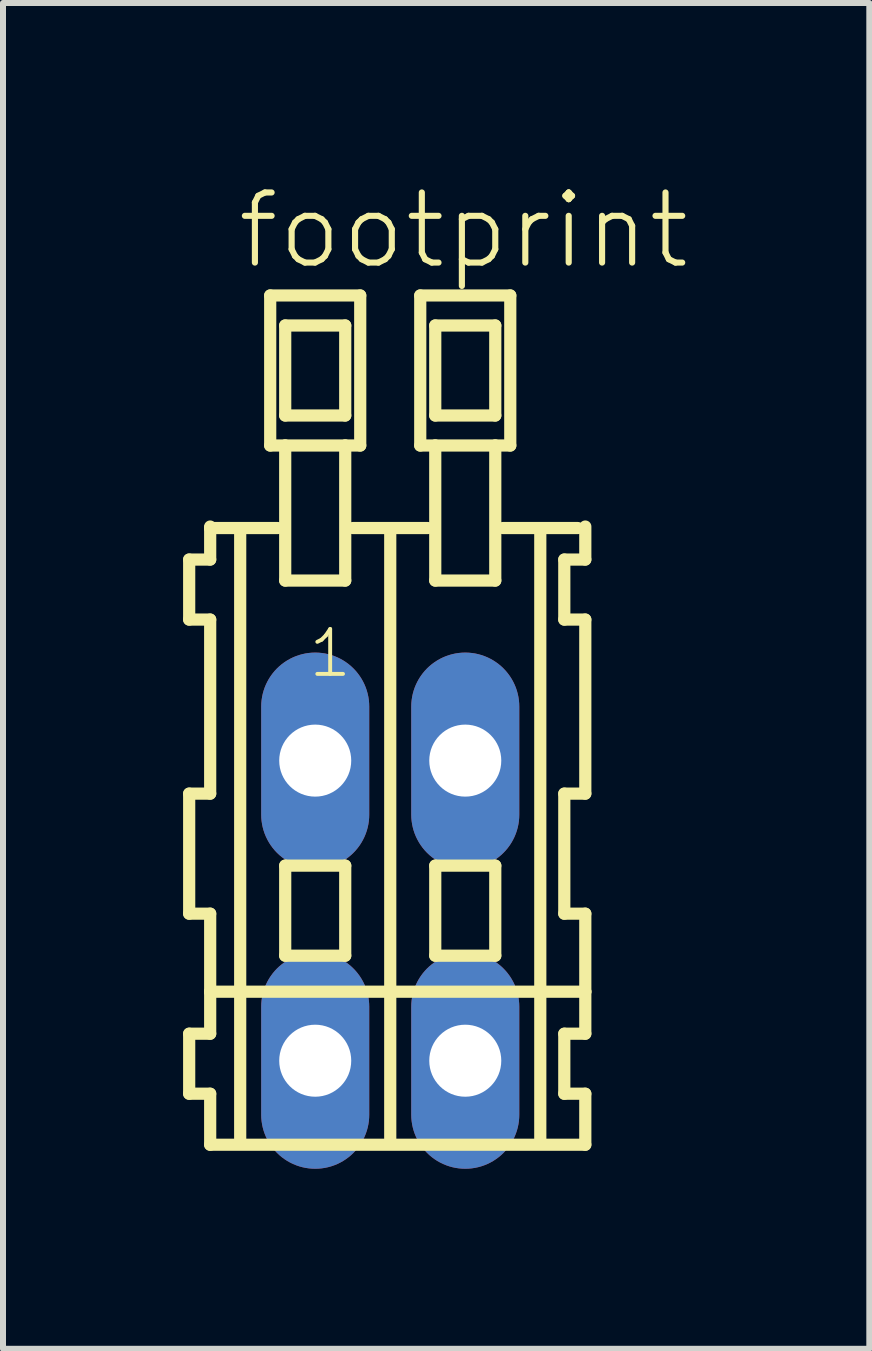
<source format=kicad_pcb>
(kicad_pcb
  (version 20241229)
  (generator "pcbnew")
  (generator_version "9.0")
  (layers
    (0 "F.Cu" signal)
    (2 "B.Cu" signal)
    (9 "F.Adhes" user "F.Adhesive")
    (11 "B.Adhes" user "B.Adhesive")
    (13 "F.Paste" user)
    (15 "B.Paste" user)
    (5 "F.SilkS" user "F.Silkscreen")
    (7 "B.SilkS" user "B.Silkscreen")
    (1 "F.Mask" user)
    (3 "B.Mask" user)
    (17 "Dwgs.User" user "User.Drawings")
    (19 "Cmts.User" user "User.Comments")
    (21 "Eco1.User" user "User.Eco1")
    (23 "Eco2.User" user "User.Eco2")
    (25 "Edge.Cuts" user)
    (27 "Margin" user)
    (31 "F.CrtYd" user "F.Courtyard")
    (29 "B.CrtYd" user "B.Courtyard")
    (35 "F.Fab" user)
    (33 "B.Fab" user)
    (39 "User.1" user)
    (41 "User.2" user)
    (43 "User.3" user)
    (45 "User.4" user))
  (footprint "footprint"
    (layer "F.Cu")
    (at 3.452 12.123)
    (property "Reference" "footprint" (at -2.6 -10.65 0) (layer "F.SilkS") (effects (font (size 1.168 1.168) (thickness 0.102)) (justify left bottom)))
    (fp_line (start -3.35 -5.85) (end -3.35 -4.85) (stroke (width 0.203) (type solid)) (layer "F.SilkS"))
    (fp_line (start -3.35 -4.85) (end -3 -4.85) (stroke (width 0.203) (type solid)) (layer "F.SilkS"))
    (fp_line (start -3.35 -1.95) (end -3.35 0.05) (stroke (width 0.203) (type solid)) (layer "F.SilkS"))
    (fp_line (start -3.35 0.05) (end -3 0.05) (stroke (width 0.203) (type solid)) (layer "F.SilkS"))
    (fp_line (start -3.35 2.05) (end -3.35 3.05) (stroke (width 0.203) (type solid)) (layer "F.SilkS"))
    (fp_line (start -3.35 3.05) (end -3 3.05) (stroke (width 0.203) (type solid)) (layer "F.SilkS"))
    (fp_line (start -3 -6.4) (end -3 -6.375) (stroke (width 0.203) (type solid)) (layer "F.SilkS"))
    (fp_line (start -3 -6.375) (end -3 -5.85) (stroke (width 0.203) (type solid)) (layer "F.SilkS"))
    (fp_line (start -3 -6.375) (end -1.875 -6.375) (stroke (width 0.203) (type solid)) (layer "F.SilkS"))
    (fp_line (start -3 -5.85) (end -3.35 -5.85) (stroke (width 0.203) (type solid)) (layer "F.SilkS"))
    (fp_line (start -3 -4.85) (end -3 -1.95) (stroke (width 0.203) (type solid)) (layer "F.SilkS"))
    (fp_line (start -3 -1.95) (end -3.35 -1.95) (stroke (width 0.203) (type solid)) (layer "F.SilkS"))
    (fp_line (start -3 0.05) (end -3 1.35) (stroke (width 0.203) (type solid)) (layer "F.SilkS"))
    (fp_line (start -3 1.35) (end -3 2.05) (stroke (width 0.203) (type solid)) (layer "F.SilkS"))
    (fp_line (start -3 1.35) (end 3.25 1.35) (stroke (width 0.203) (type solid)) (layer "F.SilkS"))
    (fp_line (start -3 2.05) (end -3.35 2.05) (stroke (width 0.203) (type solid)) (layer "F.SilkS"))
    (fp_line (start -3 3.05) (end -3 3.9) (stroke (width 0.203) (type solid)) (layer "F.SilkS"))
    (fp_line (start -3 3.9) (end 3.25 3.9) (stroke (width 0.203) (type solid)) (layer "F.SilkS"))
    (fp_line (start -2.5 -6.35) (end -2.5 3.8) (stroke (width 0.203) (type solid)) (layer "F.SilkS"))
    (fp_line (start -2 -10.25) (end -2 -7.75) (stroke (width 0.203) (type solid)) (layer "F.SilkS"))
    (fp_line (start -2 -7.75) (end -1.75 -7.75) (stroke (width 0.203) (type solid)) (layer "F.SilkS"))
    (fp_line (start -1.75 -9.75) (end -1.75 -8.25) (stroke (width 0.203) (type solid)) (layer "F.SilkS"))
    (fp_line (start -1.75 -8.25) (end -0.75 -8.25) (stroke (width 0.203) (type solid)) (layer "F.SilkS"))
    (fp_line (start -1.75 -7.75) (end -1.75 -5.5) (stroke (width 0.203) (type solid)) (layer "F.SilkS"))
    (fp_line (start -1.75 -7.75) (end -0.75 -7.75) (stroke (width 0.203) (type solid)) (layer "F.SilkS"))
    (fp_line (start -1.75 -5.5) (end -0.75 -5.5) (stroke (width 0.203) (type solid)) (layer "F.SilkS"))
    (fp_line (start -1.75 -0.75) (end -1.75 0.75) (stroke (width 0.203) (type solid)) (layer "F.SilkS"))
    (fp_line (start -1.75 0.75) (end -0.75 0.75) (stroke (width 0.203) (type solid)) (layer "F.SilkS"))
    (fp_line (start -0.75 -9.75) (end -1.75 -9.75) (stroke (width 0.203) (type solid)) (layer "F.SilkS"))
    (fp_line (start -0.75 -8.25) (end -0.75 -9.75) (stroke (width 0.203) (type solid)) (layer "F.SilkS"))
    (fp_line (start -0.75 -7.75) (end -0.5 -7.75) (stroke (width 0.203) (type solid)) (layer "F.SilkS"))
    (fp_line (start -0.75 -5.5) (end -0.75 -7.75) (stroke (width 0.203) (type solid)) (layer "F.SilkS"))
    (fp_line (start -0.75 -0.75) (end -1.75 -0.75) (stroke (width 0.203) (type solid)) (layer "F.SilkS"))
    (fp_line (start -0.75 0.75) (end -0.75 -0.75) (stroke (width 0.203) (type solid)) (layer "F.SilkS"))
    (fp_line (start -0.625 -6.375) (end 0.625 -6.375) (stroke (width 0.203) (type solid)) (layer "F.SilkS"))
    (fp_line (start -0.5 -10.25) (end -2 -10.25) (stroke (width 0.203) (type solid)) (layer "F.SilkS"))
    (fp_line (start -0.5 -7.75) (end -0.5 -10.25) (stroke (width 0.203) (type solid)) (layer "F.SilkS"))
    (fp_line (start 0 -6.35) (end 0 3.8) (stroke (width 0.203) (type solid)) (layer "F.SilkS"))
    (fp_line (start 0.5 -10.25) (end 0.5 -7.75) (stroke (width 0.203) (type solid)) (layer "F.SilkS"))
    (fp_line (start 0.5 -7.75) (end 0.75 -7.75) (stroke (width 0.203) (type solid)) (layer "F.SilkS"))
    (fp_line (start 0.75 -9.75) (end 0.75 -8.25) (stroke (width 0.203) (type solid)) (layer "F.SilkS"))
    (fp_line (start 0.75 -8.25) (end 1.75 -8.25) (stroke (width 0.203) (type solid)) (layer "F.SilkS"))
    (fp_line (start 0.75 -7.75) (end 0.75 -5.5) (stroke (width 0.203) (type solid)) (layer "F.SilkS"))
    (fp_line (start 0.75 -7.75) (end 1.75 -7.75) (stroke (width 0.203) (type solid)) (layer "F.SilkS"))
    (fp_line (start 0.75 -5.5) (end 1.75 -5.5) (stroke (width 0.203) (type solid)) (layer "F.SilkS"))
    (fp_line (start 0.75 -0.75) (end 0.75 0.75) (stroke (width 0.203) (type solid)) (layer "F.SilkS"))
    (fp_line (start 0.75 0.75) (end 1.75 0.75) (stroke (width 0.203) (type solid)) (layer "F.SilkS"))
    (fp_line (start 1.75 -9.75) (end 0.75 -9.75) (stroke (width 0.203) (type solid)) (layer "F.SilkS"))
    (fp_line (start 1.75 -8.25) (end 1.75 -9.75) (stroke (width 0.203) (type solid)) (layer "F.SilkS"))
    (fp_line (start 1.75 -7.75) (end 2 -7.75) (stroke (width 0.203) (type solid)) (layer "F.SilkS"))
    (fp_line (start 1.75 -5.5) (end 1.75 -7.75) (stroke (width 0.203) (type solid)) (layer "F.SilkS"))
    (fp_line (start 1.75 -0.75) (end 0.75 -0.75) (stroke (width 0.203) (type solid)) (layer "F.SilkS"))
    (fp_line (start 1.75 0.75) (end 1.75 -0.75) (stroke (width 0.203) (type solid)) (layer "F.SilkS"))
    (fp_line (start 1.875 -6.375) (end 3.125 -6.375) (stroke (width 0.203) (type solid)) (layer "F.SilkS"))
    (fp_line (start 2 -10.25) (end 0.5 -10.25) (stroke (width 0.203) (type solid)) (layer "F.SilkS"))
    (fp_line (start 2 -7.75) (end 2 -10.25) (stroke (width 0.203) (type solid)) (layer "F.SilkS"))
    (fp_line (start 2.5 -6.35) (end 2.5 3.8) (stroke (width 0.203) (type solid)) (layer "F.SilkS"))
    (fp_line (start 2.9 -5.85) (end 2.9 -4.85) (stroke (width 0.203) (type solid)) (layer "F.SilkS"))
    (fp_line (start 2.9 -4.85) (end 3.25 -4.85) (stroke (width 0.203) (type solid)) (layer "F.SilkS"))
    (fp_line (start 2.9 -1.95) (end 2.9 0.05) (stroke (width 0.203) (type solid)) (layer "F.SilkS"))
    (fp_line (start 2.9 0.05) (end 3.25 0.05) (stroke (width 0.203) (type solid)) (layer "F.SilkS"))
    (fp_line (start 2.9 2.05) (end 2.9 3.05) (stroke (width 0.203) (type solid)) (layer "F.SilkS"))
    (fp_line (start 2.9 3.05) (end 3.25 3.05) (stroke (width 0.203) (type solid)) (layer "F.SilkS"))
    (fp_line (start 3.25 -5.85) (end 2.9 -5.85) (stroke (width 0.203) (type solid)) (layer "F.SilkS"))
    (fp_line (start 3.25 -5.85) (end 3.25 -6.4) (stroke (width 0.203) (type solid)) (layer "F.SilkS"))
    (fp_line (start 3.25 -1.95) (end 2.9 -1.95) (stroke (width 0.203) (type solid)) (layer "F.SilkS"))
    (fp_line (start 3.25 -1.95) (end 3.25 -4.85) (stroke (width 0.203) (type solid)) (layer "F.SilkS"))
    (fp_line (start 3.25 1.35) (end 3.25 0.05) (stroke (width 0.203) (type solid)) (layer "F.SilkS"))
    (fp_line (start 3.25 2.05) (end 2.9 2.05) (stroke (width 0.203) (type solid)) (layer "F.SilkS"))
    (fp_line (start 3.25 2.05) (end 3.25 1.35) (stroke (width 0.203) (type solid)) (layer "F.SilkS"))
    (fp_line (start 3.25 3.9) (end 3.25 3.05) (stroke (width 0.203) (type solid)) (layer "F.SilkS"))
    (fp_text user "1" (at -1.4 -3.85 0) (layer "F.SilkS") (effects (font (size 0.748 0.748) (thickness 0.065)) (justify left bottom)))
    (pad "A1" thru_hole oval (at -1.25 -2.5 90) (size 3.6 1.8) (drill 1.2) (layers "*.Cu" "*.Mask"))
    (pad "A2" thru_hole oval (at 1.25 -2.5 90) (size 3.6 1.8) (drill 1.2) (layers "*.Cu" "*.Mask"))
    (pad "B1" thru_hole oval (at -1.25 2.5 90) (size 3.6 1.8) (drill 1.2) (layers "*.Cu" "*.Mask"))
    (pad "B2" thru_hole oval (at 1.25 2.5 90) (size 3.6 1.8) (drill 1.2) (layers "*.Cu" "*.Mask")))
  (gr_rect
    (start -3 -3)
    (end 11.434 19.423)
    (stroke (width 0.1) (type default))
    (fill no)
    (layer "Edge.Cuts")))
</source>
